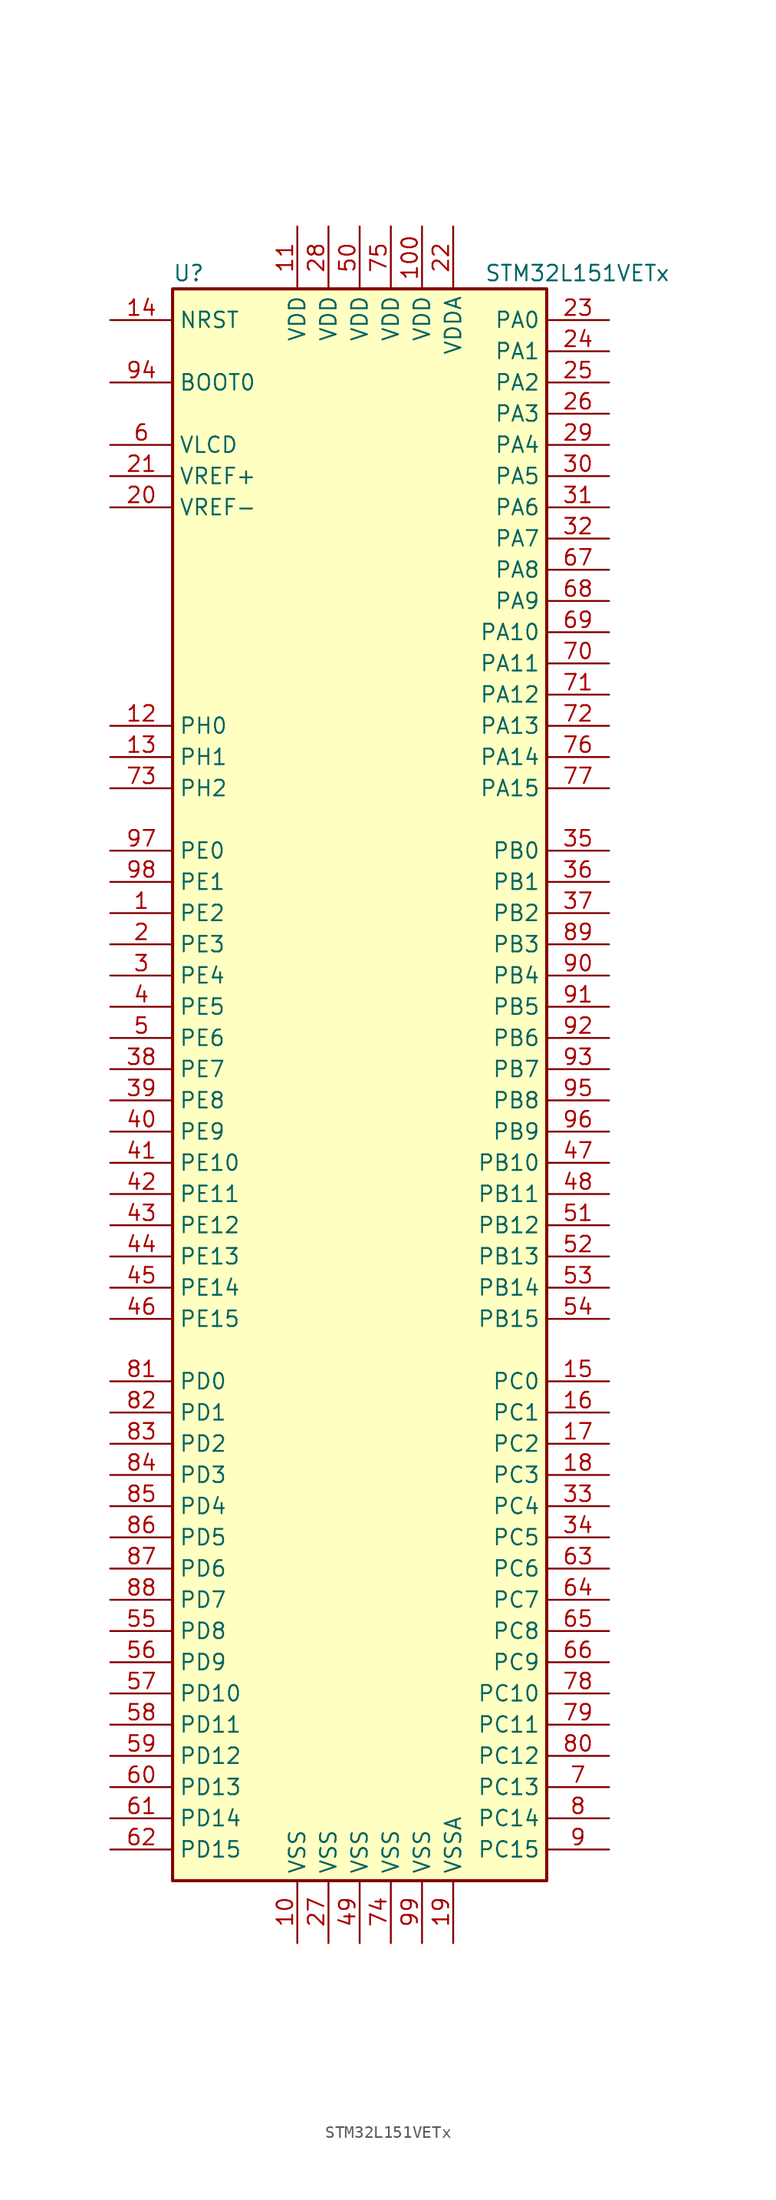
<source format=kicad_sym>
(kicad_symbol_lib
  (version 20201005)
  (generator kicad_symbol_editor)
  (symbol "MCU_ST_STM32L1:STM32L151VETx"
    (property "Reference" "U"
      (at -15.24 64.77 0)
      (effects (font (size 1.27 1.27)) (justify left)))
    (property "Value" "STM32L151VETx"
      (at 10.16 64.77 0)
      (effects (font (size 1.27 1.27)) (justify left)))
    (symbol "STM32L151VETx_0_1"
      (rectangle (start -15.24 -66.04) (end 15.24 63.5) (stroke (width 0.254)) (fill (type background))))
    (symbol "STM32L151VETx_1_1"
      (pin input line (at -20.32 55.88 0) (length 5.08) (name "BOOT0" (effects (font (size 1.27 1.27)))) (number "94" (effects (font (size 1.27 1.27)))))
      (pin input line (at -20.32 60.96 0) (length 5.08) (name "NRST" (effects (font (size 1.27 1.27)))) (number "14" (effects (font (size 1.27 1.27)))))
      (pin bidirectional line (at 20.32 60.96 180) (length 5.08) (name "PA0" (effects (font (size 1.27 1.27)))) (number "23" (effects (font (size 1.27 1.27)))))
      (pin bidirectional line (at 20.32 58.42 180) (length 5.08) (name "PA1" (effects (font (size 1.27 1.27)))) (number "24" (effects (font (size 1.27 1.27)))))
      (pin bidirectional line (at 20.32 35.56 180) (length 5.08) (name "PA10" (effects (font (size 1.27 1.27)))) (number "69" (effects (font (size 1.27 1.27)))))
      (pin bidirectional line (at 20.32 33.02 180) (length 5.08) (name "PA11" (effects (font (size 1.27 1.27)))) (number "70" (effects (font (size 1.27 1.27)))))
      (pin bidirectional line (at 20.32 30.48 180) (length 5.08) (name "PA12" (effects (font (size 1.27 1.27)))) (number "71" (effects (font (size 1.27 1.27)))))
      (pin bidirectional line (at 20.32 27.94 180) (length 5.08) (name "PA13" (effects (font (size 1.27 1.27)))) (number "72" (effects (font (size 1.27 1.27)))))
      (pin bidirectional line (at 20.32 25.4 180) (length 5.08) (name "PA14" (effects (font (size 1.27 1.27)))) (number "76" (effects (font (size 1.27 1.27)))))
      (pin bidirectional line (at 20.32 22.86 180) (length 5.08) (name "PA15" (effects (font (size 1.27 1.27)))) (number "77" (effects (font (size 1.27 1.27)))))
      (pin bidirectional line (at 20.32 55.88 180) (length 5.08) (name "PA2" (effects (font (size 1.27 1.27)))) (number "25" (effects (font (size 1.27 1.27)))))
      (pin bidirectional line (at 20.32 53.34 180) (length 5.08) (name "PA3" (effects (font (size 1.27 1.27)))) (number "26" (effects (font (size 1.27 1.27)))))
      (pin bidirectional line (at 20.32 50.8 180) (length 5.08) (name "PA4" (effects (font (size 1.27 1.27)))) (number "29" (effects (font (size 1.27 1.27)))))
      (pin bidirectional line (at 20.32 48.26 180) (length 5.08) (name "PA5" (effects (font (size 1.27 1.27)))) (number "30" (effects (font (size 1.27 1.27)))))
      (pin bidirectional line (at 20.32 45.72 180) (length 5.08) (name "PA6" (effects (font (size 1.27 1.27)))) (number "31" (effects (font (size 1.27 1.27)))))
      (pin bidirectional line (at 20.32 43.18 180) (length 5.08) (name "PA7" (effects (font (size 1.27 1.27)))) (number "32" (effects (font (size 1.27 1.27)))))
      (pin bidirectional line (at 20.32 40.64 180) (length 5.08) (name "PA8" (effects (font (size 1.27 1.27)))) (number "67" (effects (font (size 1.27 1.27)))))
      (pin bidirectional line (at 20.32 38.1 180) (length 5.08) (name "PA9" (effects (font (size 1.27 1.27)))) (number "68" (effects (font (size 1.27 1.27)))))
      (pin bidirectional line (at 20.32 17.78 180) (length 5.08) (name "PB0" (effects (font (size 1.27 1.27)))) (number "35" (effects (font (size 1.27 1.27)))))
      (pin bidirectional line (at 20.32 15.24 180) (length 5.08) (name "PB1" (effects (font (size 1.27 1.27)))) (number "36" (effects (font (size 1.27 1.27)))))
      (pin bidirectional line (at 20.32 -7.62 180) (length 5.08) (name "PB10" (effects (font (size 1.27 1.27)))) (number "47" (effects (font (size 1.27 1.27)))))
      (pin bidirectional line (at 20.32 -10.16 180) (length 5.08) (name "PB11" (effects (font (size 1.27 1.27)))) (number "48" (effects (font (size 1.27 1.27)))))
      (pin bidirectional line (at 20.32 -12.7 180) (length 5.08) (name "PB12" (effects (font (size 1.27 1.27)))) (number "51" (effects (font (size 1.27 1.27)))))
      (pin bidirectional line (at 20.32 -15.24 180) (length 5.08) (name "PB13" (effects (font (size 1.27 1.27)))) (number "52" (effects (font (size 1.27 1.27)))))
      (pin bidirectional line (at 20.32 -17.78 180) (length 5.08) (name "PB14" (effects (font (size 1.27 1.27)))) (number "53" (effects (font (size 1.27 1.27)))))
      (pin bidirectional line (at 20.32 -20.32 180) (length 5.08) (name "PB15" (effects (font (size 1.27 1.27)))) (number "54" (effects (font (size 1.27 1.27)))))
      (pin bidirectional line (at 20.32 12.7 180) (length 5.08) (name "PB2" (effects (font (size 1.27 1.27)))) (number "37" (effects (font (size 1.27 1.27)))))
      (pin bidirectional line (at 20.32 10.16 180) (length 5.08) (name "PB3" (effects (font (size 1.27 1.27)))) (number "89" (effects (font (size 1.27 1.27)))))
      (pin bidirectional line (at 20.32 7.62 180) (length 5.08) (name "PB4" (effects (font (size 1.27 1.27)))) (number "90" (effects (font (size 1.27 1.27)))))
      (pin bidirectional line (at 20.32 5.08 180) (length 5.08) (name "PB5" (effects (font (size 1.27 1.27)))) (number "91" (effects (font (size 1.27 1.27)))))
      (pin bidirectional line (at 20.32 2.54 180) (length 5.08) (name "PB6" (effects (font (size 1.27 1.27)))) (number "92" (effects (font (size 1.27 1.27)))))
      (pin bidirectional line (at 20.32 0 180) (length 5.08) (name "PB7" (effects (font (size 1.27 1.27)))) (number "93" (effects (font (size 1.27 1.27)))))
      (pin bidirectional line (at 20.32 -2.54 180) (length 5.08) (name "PB8" (effects (font (size 1.27 1.27)))) (number "95" (effects (font (size 1.27 1.27)))))
      (pin bidirectional line (at 20.32 -5.08 180) (length 5.08) (name "PB9" (effects (font (size 1.27 1.27)))) (number "96" (effects (font (size 1.27 1.27)))))
      (pin bidirectional line (at 20.32 -25.4 180) (length 5.08) (name "PC0" (effects (font (size 1.27 1.27)))) (number "15" (effects (font (size 1.27 1.27)))))
      (pin bidirectional line (at 20.32 -27.94 180) (length 5.08) (name "PC1" (effects (font (size 1.27 1.27)))) (number "16" (effects (font (size 1.27 1.27)))))
      (pin bidirectional line (at 20.32 -50.8 180) (length 5.08) (name "PC10" (effects (font (size 1.27 1.27)))) (number "78" (effects (font (size 1.27 1.27)))))
      (pin bidirectional line (at 20.32 -53.34 180) (length 5.08) (name "PC11" (effects (font (size 1.27 1.27)))) (number "79" (effects (font (size 1.27 1.27)))))
      (pin bidirectional line (at 20.32 -55.88 180) (length 5.08) (name "PC12" (effects (font (size 1.27 1.27)))) (number "80" (effects (font (size 1.27 1.27)))))
      (pin bidirectional line (at 20.32 -58.42 180) (length 5.08) (name "PC13" (effects (font (size 1.27 1.27)))) (number "7" (effects (font (size 1.27 1.27)))))
      (pin bidirectional line (at 20.32 -60.96 180) (length 5.08) (name "PC14" (effects (font (size 1.27 1.27)))) (number "8" (effects (font (size 1.27 1.27)))))
      (pin bidirectional line (at 20.32 -63.5 180) (length 5.08) (name "PC15" (effects (font (size 1.27 1.27)))) (number "9" (effects (font (size 1.27 1.27)))))
      (pin bidirectional line (at 20.32 -30.48 180) (length 5.08) (name "PC2" (effects (font (size 1.27 1.27)))) (number "17" (effects (font (size 1.27 1.27)))))
      (pin bidirectional line (at 20.32 -33.02 180) (length 5.08) (name "PC3" (effects (font (size 1.27 1.27)))) (number "18" (effects (font (size 1.27 1.27)))))
      (pin bidirectional line (at 20.32 -35.56 180) (length 5.08) (name "PC4" (effects (font (size 1.27 1.27)))) (number "33" (effects (font (size 1.27 1.27)))))
      (pin bidirectional line (at 20.32 -38.1 180) (length 5.08) (name "PC5" (effects (font (size 1.27 1.27)))) (number "34" (effects (font (size 1.27 1.27)))))
      (pin bidirectional line (at 20.32 -40.64 180) (length 5.08) (name "PC6" (effects (font (size 1.27 1.27)))) (number "63" (effects (font (size 1.27 1.27)))))
      (pin bidirectional line (at 20.32 -43.18 180) (length 5.08) (name "PC7" (effects (font (size 1.27 1.27)))) (number "64" (effects (font (size 1.27 1.27)))))
      (pin bidirectional line (at 20.32 -45.72 180) (length 5.08) (name "PC8" (effects (font (size 1.27 1.27)))) (number "65" (effects (font (size 1.27 1.27)))))
      (pin bidirectional line (at 20.32 -48.26 180) (length 5.08) (name "PC9" (effects (font (size 1.27 1.27)))) (number "66" (effects (font (size 1.27 1.27)))))
      (pin bidirectional line (at -20.32 -25.4 0) (length 5.08) (name "PD0" (effects (font (size 1.27 1.27)))) (number "81" (effects (font (size 1.27 1.27)))))
      (pin bidirectional line (at -20.32 -27.94 0) (length 5.08) (name "PD1" (effects (font (size 1.27 1.27)))) (number "82" (effects (font (size 1.27 1.27)))))
      (pin bidirectional line (at -20.32 -50.8 0) (length 5.08) (name "PD10" (effects (font (size 1.27 1.27)))) (number "57" (effects (font (size 1.27 1.27)))))
      (pin bidirectional line (at -20.32 -53.34 0) (length 5.08) (name "PD11" (effects (font (size 1.27 1.27)))) (number "58" (effects (font (size 1.27 1.27)))))
      (pin bidirectional line (at -20.32 -55.88 0) (length 5.08) (name "PD12" (effects (font (size 1.27 1.27)))) (number "59" (effects (font (size 1.27 1.27)))))
      (pin bidirectional line (at -20.32 -58.42 0) (length 5.08) (name "PD13" (effects (font (size 1.27 1.27)))) (number "60" (effects (font (size 1.27 1.27)))))
      (pin bidirectional line (at -20.32 -60.96 0) (length 5.08) (name "PD14" (effects (font (size 1.27 1.27)))) (number "61" (effects (font (size 1.27 1.27)))))
      (pin bidirectional line (at -20.32 -63.5 0) (length 5.08) (name "PD15" (effects (font (size 1.27 1.27)))) (number "62" (effects (font (size 1.27 1.27)))))
      (pin bidirectional line (at -20.32 -30.48 0) (length 5.08) (name "PD2" (effects (font (size 1.27 1.27)))) (number "83" (effects (font (size 1.27 1.27)))))
      (pin bidirectional line (at -20.32 -33.02 0) (length 5.08) (name "PD3" (effects (font (size 1.27 1.27)))) (number "84" (effects (font (size 1.27 1.27)))))
      (pin bidirectional line (at -20.32 -35.56 0) (length 5.08) (name "PD4" (effects (font (size 1.27 1.27)))) (number "85" (effects (font (size 1.27 1.27)))))
      (pin bidirectional line (at -20.32 -38.1 0) (length 5.08) (name "PD5" (effects (font (size 1.27 1.27)))) (number "86" (effects (font (size 1.27 1.27)))))
      (pin bidirectional line (at -20.32 -40.64 0) (length 5.08) (name "PD6" (effects (font (size 1.27 1.27)))) (number "87" (effects (font (size 1.27 1.27)))))
      (pin bidirectional line (at -20.32 -43.18 0) (length 5.08) (name "PD7" (effects (font (size 1.27 1.27)))) (number "88" (effects (font (size 1.27 1.27)))))
      (pin bidirectional line (at -20.32 -45.72 0) (length 5.08) (name "PD8" (effects (font (size 1.27 1.27)))) (number "55" (effects (font (size 1.27 1.27)))))
      (pin bidirectional line (at -20.32 -48.26 0) (length 5.08) (name "PD9" (effects (font (size 1.27 1.27)))) (number "56" (effects (font (size 1.27 1.27)))))
      (pin bidirectional line (at -20.32 17.78 0) (length 5.08) (name "PE0" (effects (font (size 1.27 1.27)))) (number "97" (effects (font (size 1.27 1.27)))))
      (pin bidirectional line (at -20.32 15.24 0) (length 5.08) (name "PE1" (effects (font (size 1.27 1.27)))) (number "98" (effects (font (size 1.27 1.27)))))
      (pin bidirectional line (at -20.32 -7.62 0) (length 5.08) (name "PE10" (effects (font (size 1.27 1.27)))) (number "41" (effects (font (size 1.27 1.27)))))
      (pin bidirectional line (at -20.32 -10.16 0) (length 5.08) (name "PE11" (effects (font (size 1.27 1.27)))) (number "42" (effects (font (size 1.27 1.27)))))
      (pin bidirectional line (at -20.32 -12.7 0) (length 5.08) (name "PE12" (effects (font (size 1.27 1.27)))) (number "43" (effects (font (size 1.27 1.27)))))
      (pin bidirectional line (at -20.32 -15.24 0) (length 5.08) (name "PE13" (effects (font (size 1.27 1.27)))) (number "44" (effects (font (size 1.27 1.27)))))
      (pin bidirectional line (at -20.32 -17.78 0) (length 5.08) (name "PE14" (effects (font (size 1.27 1.27)))) (number "45" (effects (font (size 1.27 1.27)))))
      (pin bidirectional line (at -20.32 -20.32 0) (length 5.08) (name "PE15" (effects (font (size 1.27 1.27)))) (number "46" (effects (font (size 1.27 1.27)))))
      (pin bidirectional line (at -20.32 12.7 0) (length 5.08) (name "PE2" (effects (font (size 1.27 1.27)))) (number "1" (effects (font (size 1.27 1.27)))))
      (pin bidirectional line (at -20.32 10.16 0) (length 5.08) (name "PE3" (effects (font (size 1.27 1.27)))) (number "2" (effects (font (size 1.27 1.27)))))
      (pin bidirectional line (at -20.32 7.62 0) (length 5.08) (name "PE4" (effects (font (size 1.27 1.27)))) (number "3" (effects (font (size 1.27 1.27)))))
      (pin bidirectional line (at -20.32 5.08 0) (length 5.08) (name "PE5" (effects (font (size 1.27 1.27)))) (number "4" (effects (font (size 1.27 1.27)))))
      (pin bidirectional line (at -20.32 2.54 0) (length 5.08) (name "PE6" (effects (font (size 1.27 1.27)))) (number "5" (effects (font (size 1.27 1.27)))))
      (pin bidirectional line (at -20.32 0 0) (length 5.08) (name "PE7" (effects (font (size 1.27 1.27)))) (number "38" (effects (font (size 1.27 1.27)))))
      (pin bidirectional line (at -20.32 -2.54 0) (length 5.08) (name "PE8" (effects (font (size 1.27 1.27)))) (number "39" (effects (font (size 1.27 1.27)))))
      (pin bidirectional line (at -20.32 -5.08 0) (length 5.08) (name "PE9" (effects (font (size 1.27 1.27)))) (number "40" (effects (font (size 1.27 1.27)))))
      (pin input line (at -20.32 27.94 0) (length 5.08) (name "PH0" (effects (font (size 1.27 1.27)))) (number "12" (effects (font (size 1.27 1.27)))))
      (pin input line (at -20.32 25.4 0) (length 5.08) (name "PH1" (effects (font (size 1.27 1.27)))) (number "13" (effects (font (size 1.27 1.27)))))
      (pin bidirectional line (at -20.32 22.86 0) (length 5.08) (name "PH2" (effects (font (size 1.27 1.27)))) (number "73" (effects (font (size 1.27 1.27)))))
      (pin power_in line (at 5.08 68.58 270) (length 5.08) (name "VDD" (effects (font (size 1.27 1.27)))) (number "100" (effects (font (size 1.27 1.27)))))
      (pin power_in line (at -5.08 68.58 270) (length 5.08) (name "VDD" (effects (font (size 1.27 1.27)))) (number "11" (effects (font (size 1.27 1.27)))))
      (pin power_in line (at -2.54 68.58 270) (length 5.08) (name "VDD" (effects (font (size 1.27 1.27)))) (number "28" (effects (font (size 1.27 1.27)))))
      (pin power_in line (at 0 68.58 270) (length 5.08) (name "VDD" (effects (font (size 1.27 1.27)))) (number "50" (effects (font (size 1.27 1.27)))))
      (pin power_in line (at 2.54 68.58 270) (length 5.08) (name "VDD" (effects (font (size 1.27 1.27)))) (number "75" (effects (font (size 1.27 1.27)))))
      (pin power_in line (at 7.62 68.58 270) (length 5.08) (name "VDDA" (effects (font (size 1.27 1.27)))) (number "22" (effects (font (size 1.27 1.27)))))
      (pin power_in line (at -20.32 50.8 0) (length 5.08) (name "VLCD" (effects (font (size 1.27 1.27)))) (number "6" (effects (font (size 1.27 1.27)))))
      (pin power_in line (at -20.32 48.26 0) (length 5.08) (name "VREF+" (effects (font (size 1.27 1.27)))) (number "21" (effects (font (size 1.27 1.27)))))
      (pin power_in line (at -20.32 45.72 0) (length 5.08) (name "VREF-" (effects (font (size 1.27 1.27)))) (number "20" (effects (font (size 1.27 1.27)))))
      (pin power_in line (at -5.08 -71.12 90) (length 5.08) (name "VSS" (effects (font (size 1.27 1.27)))) (number "10" (effects (font (size 1.27 1.27)))))
      (pin power_in line (at -2.54 -71.12 90) (length 5.08) (name "VSS" (effects (font (size 1.27 1.27)))) (number "27" (effects (font (size 1.27 1.27)))))
      (pin power_in line (at 0 -71.12 90) (length 5.08) (name "VSS" (effects (font (size 1.27 1.27)))) (number "49" (effects (font (size 1.27 1.27)))))
      (pin power_in line (at 2.54 -71.12 90) (length 5.08) (name "VSS" (effects (font (size 1.27 1.27)))) (number "74" (effects (font (size 1.27 1.27)))))
      (pin power_in line (at 5.08 -71.12 90) (length 5.08) (name "VSS" (effects (font (size 1.27 1.27)))) (number "99" (effects (font (size 1.27 1.27)))))
      (pin power_in line (at 7.62 -71.12 90) (length 5.08) (name "VSSA" (effects (font (size 1.27 1.27)))) (number "19" (effects (font (size 1.27 1.27))))))))
</source>
